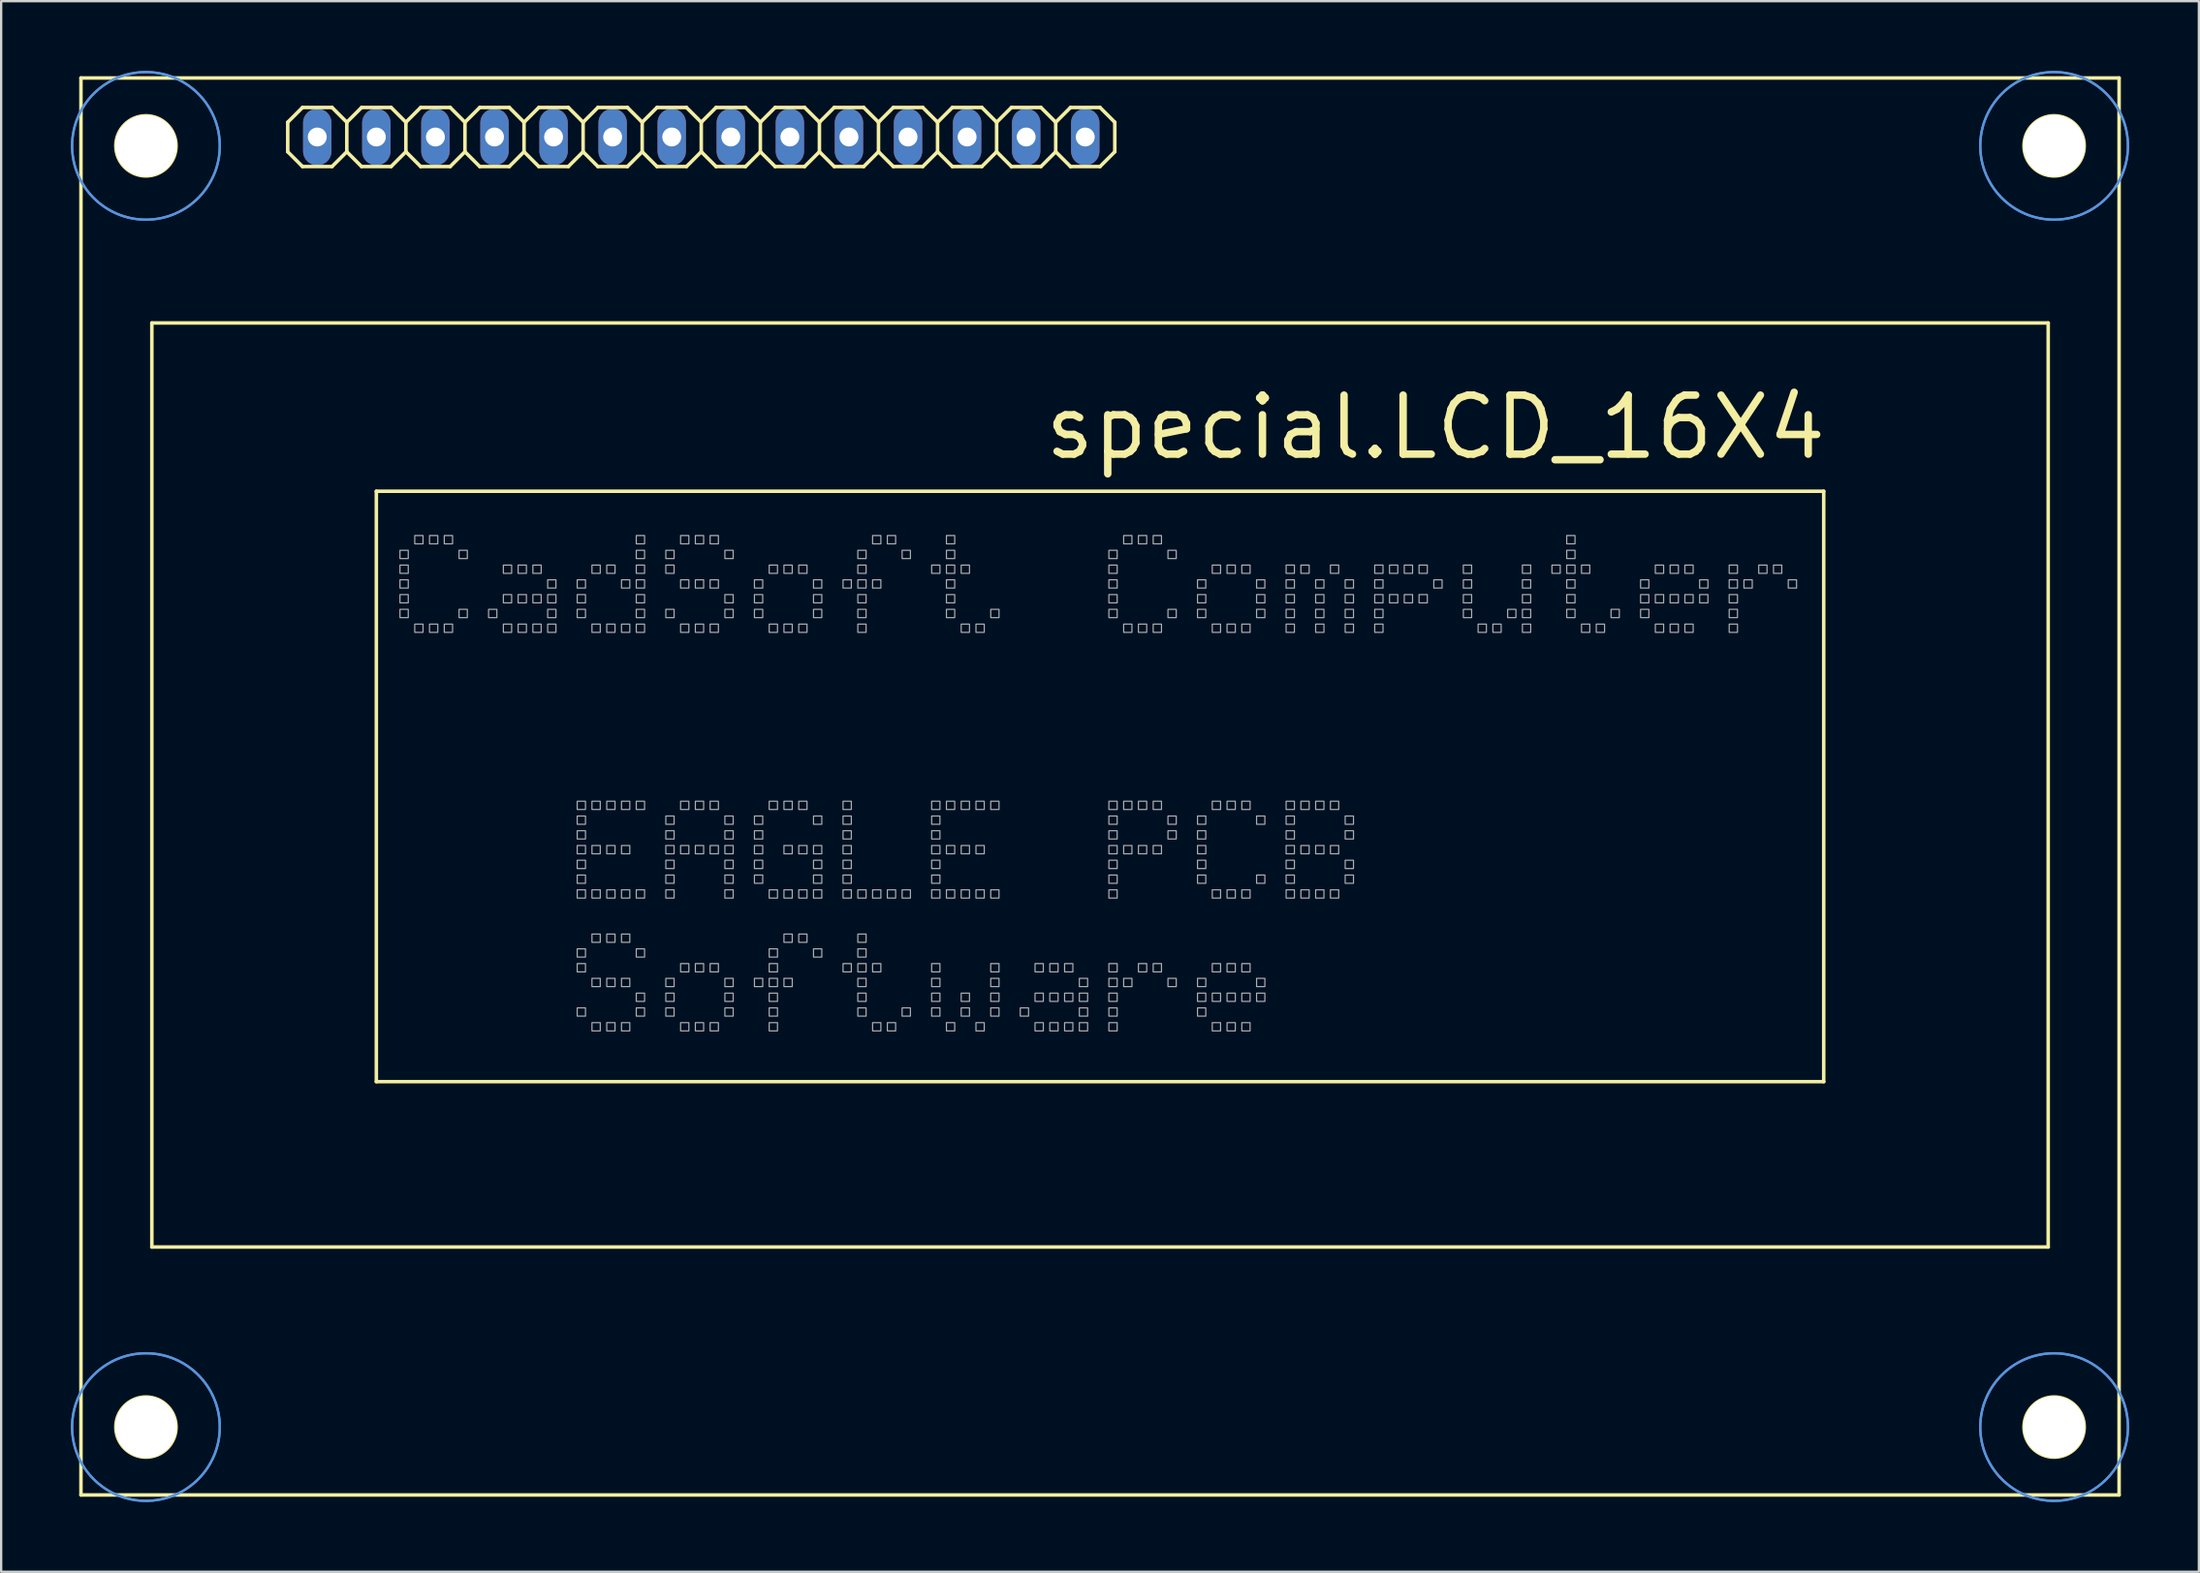
<source format=kicad_pcb>
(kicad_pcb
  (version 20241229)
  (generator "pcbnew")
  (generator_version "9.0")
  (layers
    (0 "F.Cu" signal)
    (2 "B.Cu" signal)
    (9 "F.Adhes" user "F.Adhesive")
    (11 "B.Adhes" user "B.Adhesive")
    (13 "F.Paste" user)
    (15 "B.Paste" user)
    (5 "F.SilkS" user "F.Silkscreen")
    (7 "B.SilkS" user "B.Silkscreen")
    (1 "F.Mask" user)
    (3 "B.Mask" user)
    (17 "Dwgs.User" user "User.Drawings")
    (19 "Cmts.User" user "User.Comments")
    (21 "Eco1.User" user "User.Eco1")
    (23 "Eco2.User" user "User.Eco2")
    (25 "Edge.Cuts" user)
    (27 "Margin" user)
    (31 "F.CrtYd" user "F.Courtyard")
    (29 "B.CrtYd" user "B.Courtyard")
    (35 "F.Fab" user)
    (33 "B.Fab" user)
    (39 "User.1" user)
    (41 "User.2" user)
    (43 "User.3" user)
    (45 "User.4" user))
  (footprint "special.LCD_16X4"
    (layer "F.Cu")
    (at 44.881 30.784)
    (property "Reference" "special.LCD_16X4" (at -3.175 -13.97 0) (layer "F.SilkS") (effects (font (size 2.54 2.54) (thickness 0.32)) (justify left bottom)))
    (attr through_hole)
    (fp_line (start -44.45 30.48) (end -44.45 -30.48) (stroke (width 0.152) (type default)) (layer "F.SilkS"))
    (fp_line (start -44.45 30.48) (end 43.18 30.48) (stroke (width 0.152) (type default)) (layer "F.SilkS"))
    (fp_line (start -41.402 -19.939) (end -41.402 19.812) (stroke (width 0.152) (type default)) (layer "F.SilkS"))
    (fp_line (start -41.402 -19.939) (end 40.132 -19.939) (stroke (width 0.152) (type default)) (layer "F.SilkS"))
    (fp_line (start -35.56 -28.575) (end -35.56 -27.305) (stroke (width 0.152) (type default)) (layer "F.SilkS"))
    (fp_line (start -35.56 -27.305) (end -34.925 -26.67) (stroke (width 0.152) (type default)) (layer "F.SilkS"))
    (fp_line (start -34.925 -29.21) (end -35.56 -28.575) (stroke (width 0.152) (type default)) (layer "F.SilkS"))
    (fp_line (start -34.925 -29.21) (end -33.655 -29.21) (stroke (width 0.152) (type default)) (layer "F.SilkS"))
    (fp_line (start -33.655 -29.21) (end -33.02 -28.575) (stroke (width 0.152) (type default)) (layer "F.SilkS"))
    (fp_line (start -33.655 -26.67) (end -34.925 -26.67) (stroke (width 0.152) (type default)) (layer "F.SilkS"))
    (fp_line (start -33.02 -28.575) (end -33.02 -27.305) (stroke (width 0.152) (type default)) (layer "F.SilkS"))
    (fp_line (start -33.02 -28.575) (end -32.385 -29.21) (stroke (width 0.152) (type default)) (layer "F.SilkS"))
    (fp_line (start -33.02 -27.305) (end -33.655 -26.67) (stroke (width 0.152) (type default)) (layer "F.SilkS"))
    (fp_line (start -32.385 -29.21) (end -31.115 -29.21) (stroke (width 0.152) (type default)) (layer "F.SilkS"))
    (fp_line (start -32.385 -26.67) (end -33.02 -27.305) (stroke (width 0.152) (type default)) (layer "F.SilkS"))
    (fp_line (start -31.75 12.7) (end -31.75 -12.7) (stroke (width 0.152) (type default)) (layer "F.SilkS"))
    (fp_line (start -31.75 12.7) (end 30.48 12.7) (stroke (width 0.152) (type default)) (layer "F.SilkS"))
    (fp_line (start -31.115 -29.21) (end -30.48 -28.575) (stroke (width 0.152) (type default)) (layer "F.SilkS"))
    (fp_line (start -31.115 -26.67) (end -32.385 -26.67) (stroke (width 0.152) (type default)) (layer "F.SilkS"))
    (fp_line (start -30.48 -28.575) (end -30.48 -27.305) (stroke (width 0.152) (type default)) (layer "F.SilkS"))
    (fp_line (start -30.48 -28.575) (end -29.845 -29.21) (stroke (width 0.152) (type default)) (layer "F.SilkS"))
    (fp_line (start -30.48 -27.305) (end -31.115 -26.67) (stroke (width 0.152) (type default)) (layer "F.SilkS"))
    (fp_line (start -29.845 -29.21) (end -28.575 -29.21) (stroke (width 0.152) (type default)) (layer "F.SilkS"))
    (fp_line (start -29.845 -26.67) (end -30.48 -27.305) (stroke (width 0.152) (type default)) (layer "F.SilkS"))
    (fp_line (start -28.575 -29.21) (end -27.94 -28.575) (stroke (width 0.152) (type default)) (layer "F.SilkS"))
    (fp_line (start -28.575 -26.67) (end -29.845 -26.67) (stroke (width 0.152) (type default)) (layer "F.SilkS"))
    (fp_line (start -27.94 -28.575) (end -27.94 -27.305) (stroke (width 0.152) (type default)) (layer "F.SilkS"))
    (fp_line (start -27.94 -27.305) (end -28.575 -26.67) (stroke (width 0.152) (type default)) (layer "F.SilkS"))
    (fp_line (start -27.94 -27.305) (end -27.305 -26.67) (stroke (width 0.152) (type default)) (layer "F.SilkS"))
    (fp_line (start -27.305 -29.21) (end -27.94 -28.575) (stroke (width 0.152) (type default)) (layer "F.SilkS"))
    (fp_line (start -27.305 -29.21) (end -26.035 -29.21) (stroke (width 0.152) (type default)) (layer "F.SilkS"))
    (fp_line (start -26.035 -29.21) (end -25.4 -28.575) (stroke (width 0.152) (type default)) (layer "F.SilkS"))
    (fp_line (start -26.035 -26.67) (end -27.305 -26.67) (stroke (width 0.152) (type default)) (layer "F.SilkS"))
    (fp_line (start -25.4 -28.575) (end -25.4 -27.305) (stroke (width 0.152) (type default)) (layer "F.SilkS"))
    (fp_line (start -25.4 -28.575) (end -24.765 -29.21) (stroke (width 0.152) (type default)) (layer "F.SilkS"))
    (fp_line (start -25.4 -27.305) (end -26.035 -26.67) (stroke (width 0.152) (type default)) (layer "F.SilkS"))
    (fp_line (start -24.765 -29.21) (end -23.495 -29.21) (stroke (width 0.152) (type default)) (layer "F.SilkS"))
    (fp_line (start -24.765 -26.67) (end -25.4 -27.305) (stroke (width 0.152) (type default)) (layer "F.SilkS"))
    (fp_line (start -23.495 -29.21) (end -22.86 -28.575) (stroke (width 0.152) (type default)) (layer "F.SilkS"))
    (fp_line (start -23.495 -26.67) (end -24.765 -26.67) (stroke (width 0.152) (type default)) (layer "F.SilkS"))
    (fp_line (start -22.86 -28.575) (end -22.86 -27.305) (stroke (width 0.152) (type default)) (layer "F.SilkS"))
    (fp_line (start -22.86 -28.575) (end -22.225 -29.21) (stroke (width 0.152) (type default)) (layer "F.SilkS"))
    (fp_line (start -22.86 -27.305) (end -23.495 -26.67) (stroke (width 0.152) (type default)) (layer "F.SilkS"))
    (fp_line (start -22.225 -29.21) (end -20.955 -29.21) (stroke (width 0.152) (type default)) (layer "F.SilkS"))
    (fp_line (start -22.225 -26.67) (end -22.86 -27.305) (stroke (width 0.152) (type default)) (layer "F.SilkS"))
    (fp_line (start -20.955 -29.21) (end -20.32 -28.575) (stroke (width 0.152) (type default)) (layer "F.SilkS"))
    (fp_line (start -20.955 -26.67) (end -22.225 -26.67) (stroke (width 0.152) (type default)) (layer "F.SilkS"))
    (fp_line (start -20.32 -28.575) (end -20.32 -27.305) (stroke (width 0.152) (type default)) (layer "F.SilkS"))
    (fp_line (start -20.32 -27.305) (end -20.955 -26.67) (stroke (width 0.152) (type default)) (layer "F.SilkS"))
    (fp_line (start -20.32 -27.305) (end -19.685 -26.67) (stroke (width 0.152) (type default)) (layer "F.SilkS"))
    (fp_line (start -19.685 -29.21) (end -20.32 -28.575) (stroke (width 0.152) (type default)) (layer "F.SilkS"))
    (fp_line (start -19.685 -29.21) (end -18.415 -29.21) (stroke (width 0.152) (type default)) (layer "F.SilkS"))
    (fp_line (start -18.415 -29.21) (end -17.78 -28.575) (stroke (width 0.152) (type default)) (layer "F.SilkS"))
    (fp_line (start -18.415 -26.67) (end -19.685 -26.67) (stroke (width 0.152) (type default)) (layer "F.SilkS"))
    (fp_line (start -17.78 -28.575) (end -17.78 -27.305) (stroke (width 0.152) (type default)) (layer "F.SilkS"))
    (fp_line (start -17.78 -28.575) (end -17.145 -29.21) (stroke (width 0.152) (type default)) (layer "F.SilkS"))
    (fp_line (start -17.78 -27.305) (end -18.415 -26.67) (stroke (width 0.152) (type default)) (layer "F.SilkS"))
    (fp_line (start -17.145 -29.21) (end -15.875 -29.21) (stroke (width 0.152) (type default)) (layer "F.SilkS"))
    (fp_line (start -17.145 -26.67) (end -17.78 -27.305) (stroke (width 0.152) (type default)) (layer "F.SilkS"))
    (fp_line (start -15.875 -29.21) (end -15.24 -28.575) (stroke (width 0.152) (type default)) (layer "F.SilkS"))
    (fp_line (start -15.875 -26.67) (end -17.145 -26.67) (stroke (width 0.152) (type default)) (layer "F.SilkS"))
    (fp_line (start -15.24 -28.575) (end -15.24 -27.305) (stroke (width 0.152) (type default)) (layer "F.SilkS"))
    (fp_line (start -15.24 -28.575) (end -14.605 -29.21) (stroke (width 0.152) (type default)) (layer "F.SilkS"))
    (fp_line (start -15.24 -27.305) (end -15.875 -26.67) (stroke (width 0.152) (type default)) (layer "F.SilkS"))
    (fp_line (start -14.605 -29.21) (end -13.335 -29.21) (stroke (width 0.152) (type default)) (layer "F.SilkS"))
    (fp_line (start -14.605 -26.67) (end -15.24 -27.305) (stroke (width 0.152) (type default)) (layer "F.SilkS"))
    (fp_line (start -13.335 -29.21) (end -12.7 -28.575) (stroke (width 0.152) (type default)) (layer "F.SilkS"))
    (fp_line (start -13.335 -26.67) (end -14.605 -26.67) (stroke (width 0.152) (type default)) (layer "F.SilkS"))
    (fp_line (start -12.7 -28.575) (end -12.7 -27.305) (stroke (width 0.152) (type default)) (layer "F.SilkS"))
    (fp_line (start -12.7 -27.305) (end -13.335 -26.67) (stroke (width 0.152) (type default)) (layer "F.SilkS"))
    (fp_line (start -12.7 -27.305) (end -12.065 -26.67) (stroke (width 0.152) (type default)) (layer "F.SilkS"))
    (fp_line (start -12.065 -29.21) (end -12.7 -28.575) (stroke (width 0.152) (type default)) (layer "F.SilkS"))
    (fp_line (start -12.065 -29.21) (end -10.795 -29.21) (stroke (width 0.152) (type default)) (layer "F.SilkS"))
    (fp_line (start -10.795 -29.21) (end -10.16 -28.575) (stroke (width 0.152) (type default)) (layer "F.SilkS"))
    (fp_line (start -10.795 -26.67) (end -12.065 -26.67) (stroke (width 0.152) (type default)) (layer "F.SilkS"))
    (fp_line (start -10.16 -28.575) (end -10.16 -27.305) (stroke (width 0.152) (type default)) (layer "F.SilkS"))
    (fp_line (start -10.16 -28.575) (end -9.525 -29.21) (stroke (width 0.152) (type default)) (layer "F.SilkS"))
    (fp_line (start -10.16 -27.305) (end -10.795 -26.67) (stroke (width 0.152) (type default)) (layer "F.SilkS"))
    (fp_line (start -9.525 -29.21) (end -8.255 -29.21) (stroke (width 0.152) (type default)) (layer "F.SilkS"))
    (fp_line (start -9.525 -26.67) (end -10.16 -27.305) (stroke (width 0.152) (type default)) (layer "F.SilkS"))
    (fp_line (start -8.255 -29.21) (end -7.62 -28.575) (stroke (width 0.152) (type default)) (layer "F.SilkS"))
    (fp_line (start -8.255 -26.67) (end -9.525 -26.67) (stroke (width 0.152) (type default)) (layer "F.SilkS"))
    (fp_line (start -7.62 -28.575) (end -7.62 -27.305) (stroke (width 0.152) (type default)) (layer "F.SilkS"))
    (fp_line (start -7.62 -28.575) (end -6.985 -29.21) (stroke (width 0.152) (type default)) (layer "F.SilkS"))
    (fp_line (start -7.62 -27.305) (end -8.255 -26.67) (stroke (width 0.152) (type default)) (layer "F.SilkS"))
    (fp_line (start -6.985 -29.21) (end -5.715 -29.21) (stroke (width 0.152) (type default)) (layer "F.SilkS"))
    (fp_line (start -6.985 -26.67) (end -7.62 -27.305) (stroke (width 0.152) (type default)) (layer "F.SilkS"))
    (fp_line (start -5.715 -29.21) (end -5.08 -28.575) (stroke (width 0.152) (type default)) (layer "F.SilkS"))
    (fp_line (start -5.715 -26.67) (end -6.985 -26.67) (stroke (width 0.152) (type default)) (layer "F.SilkS"))
    (fp_line (start -5.08 -28.575) (end -5.08 -27.305) (stroke (width 0.152) (type default)) (layer "F.SilkS"))
    (fp_line (start -5.08 -27.305) (end -5.715 -26.67) (stroke (width 0.152) (type default)) (layer "F.SilkS"))
    (fp_line (start -5.08 -27.305) (end -4.445 -26.67) (stroke (width 0.152) (type default)) (layer "F.SilkS"))
    (fp_line (start -4.445 -29.21) (end -5.08 -28.575) (stroke (width 0.152) (type default)) (layer "F.SilkS"))
    (fp_line (start -4.445 -29.21) (end -3.175 -29.21) (stroke (width 0.152) (type default)) (layer "F.SilkS"))
    (fp_line (start -3.175 -29.21) (end -2.54 -28.575) (stroke (width 0.152) (type default)) (layer "F.SilkS"))
    (fp_line (start -3.175 -26.67) (end -4.445 -26.67) (stroke (width 0.152) (type default)) (layer "F.SilkS"))
    (fp_line (start -2.54 -28.575) (end -2.54 -27.305) (stroke (width 0.152) (type default)) (layer "F.SilkS"))
    (fp_line (start -2.54 -28.575) (end -1.905 -29.21) (stroke (width 0.152) (type default)) (layer "F.SilkS"))
    (fp_line (start -2.54 -27.305) (end -3.175 -26.67) (stroke (width 0.152) (type default)) (layer "F.SilkS"))
    (fp_line (start -1.905 -29.21) (end -0.635 -29.21) (stroke (width 0.152) (type default)) (layer "F.SilkS"))
    (fp_line (start -1.905 -26.67) (end -2.54 -27.305) (stroke (width 0.152) (type default)) (layer "F.SilkS"))
    (fp_line (start -0.635 -29.21) (end 0 -28.575) (stroke (width 0.152) (type default)) (layer "F.SilkS"))
    (fp_line (start -0.635 -26.67) (end -1.905 -26.67) (stroke (width 0.152) (type default)) (layer "F.SilkS"))
    (fp_line (start 0 -28.575) (end 0 -27.305) (stroke (width 0.152) (type default)) (layer "F.SilkS"))
    (fp_line (start 0 -27.305) (end -0.635 -26.67) (stroke (width 0.152) (type default)) (layer "F.SilkS"))
    (fp_line (start 30.48 -12.7) (end -31.75 -12.7) (stroke (width 0.152) (type default)) (layer "F.SilkS"))
    (fp_line (start 30.48 -12.7) (end 30.48 12.7) (stroke (width 0.152) (type default)) (layer "F.SilkS"))
    (fp_line (start 40.132 19.812) (end -41.402 19.812) (stroke (width 0.152) (type default)) (layer "F.SilkS"))
    (fp_line (start 40.132 19.812) (end 40.132 -19.939) (stroke (width 0.152) (type default)) (layer "F.SilkS"))
    (fp_line (start 43.18 -30.48) (end -44.45 -30.48) (stroke (width 0.152) (type default)) (layer "F.SilkS"))
    (fp_line (start 43.18 30.48) (end 43.18 -30.48) (stroke (width 0.152) (type default)) (layer "F.SilkS"))
    (fp_rect (start -34.544 -27.686) (end -34.036 -28.194) (stroke (width 0.05) (type default)) (fill yes) (layer "F.SilkS"))
    (fp_rect (start -32.004 -27.686) (end -31.496 -28.194) (stroke (width 0.05) (type default)) (fill yes) (layer "F.SilkS"))
    (fp_rect (start -29.464 -27.686) (end -28.956 -28.194) (stroke (width 0.05) (type default)) (fill yes) (layer "F.SilkS"))
    (fp_rect (start -26.924 -27.686) (end -26.416 -28.194) (stroke (width 0.05) (type default)) (fill yes) (layer "F.SilkS"))
    (fp_rect (start -24.384 -27.686) (end -23.876 -28.194) (stroke (width 0.05) (type default)) (fill yes) (layer "F.SilkS"))
    (fp_rect (start -21.844 -27.686) (end -21.336 -28.194) (stroke (width 0.05) (type default)) (fill yes) (layer "F.SilkS"))
    (fp_rect (start -19.304 -27.686) (end -18.796 -28.194) (stroke (width 0.05) (type default)) (fill yes) (layer "F.SilkS"))
    (fp_rect (start -16.764 -27.686) (end -16.256 -28.194) (stroke (width 0.05) (type default)) (fill yes) (layer "F.SilkS"))
    (fp_rect (start -14.224 -27.686) (end -13.716 -28.194) (stroke (width 0.05) (type default)) (fill yes) (layer "F.SilkS"))
    (fp_rect (start -11.684 -27.686) (end -11.176 -28.194) (stroke (width 0.05) (type default)) (fill yes) (layer "F.SilkS"))
    (fp_rect (start -9.144 -27.686) (end -8.636 -28.194) (stroke (width 0.05) (type default)) (fill yes) (layer "F.SilkS"))
    (fp_rect (start -6.604 -27.686) (end -6.096 -28.194) (stroke (width 0.05) (type default)) (fill yes) (layer "F.SilkS"))
    (fp_rect (start -4.064 -27.686) (end -3.556 -28.194) (stroke (width 0.05) (type default)) (fill yes) (layer "F.SilkS"))
    (fp_rect (start -1.524 -27.686) (end -1.016 -28.194) (stroke (width 0.05) (type default)) (fill yes) (layer "F.SilkS"))
    (fp_circle (center -41.656 -27.559) (end -40.361 -27.559) (stroke (width 0.152) (type default)) (fill no) (layer "F.SilkS"))
    (fp_circle (center -41.656 27.559) (end -40.361 27.559) (stroke (width 0.152) (type default)) (fill no) (layer "F.SilkS"))
    (fp_circle (center 40.386 -27.559) (end 41.681 -27.559) (stroke (width 0.152) (type default)) (fill no) (layer "F.SilkS"))
    (fp_circle (center 40.386 27.559) (end 41.681 27.559) (stroke (width 0.152) (type default)) (fill no) (layer "F.SilkS"))
    (fp_circle (center -41.656 -27.559) (end -38.481 -27.559) (stroke (width 0.1) (type default)) (fill no) (layer "Cmts.User"))
    (fp_circle (center -41.656 -27.559) (end -38.481 -27.559) (stroke (width 0.1) (type default)) (fill no) (layer "Cmts.User"))
    (fp_circle (center -41.656 27.559) (end -38.481 27.559) (stroke (width 0.1) (type default)) (fill no) (layer "Cmts.User"))
    (fp_circle (center -41.656 27.559) (end -38.481 27.559) (stroke (width 0.1) (type default)) (fill no) (layer "Cmts.User"))
    (fp_circle (center 40.386 -27.559) (end 43.561 -27.559) (stroke (width 0.1) (type default)) (fill no) (layer "Cmts.User"))
    (fp_circle (center 40.386 -27.559) (end 43.561 -27.559) (stroke (width 0.1) (type default)) (fill no) (layer "Cmts.User"))
    (fp_circle (center 40.386 27.559) (end 43.561 27.559) (stroke (width 0.1) (type default)) (fill no) (layer "Cmts.User"))
    (fp_circle (center 40.386 27.559) (end 43.561 27.559) (stroke (width 0.1) (type default)) (fill no) (layer "Cmts.User"))
    (fp_rect (start -30.734 -9.804) (end -30.378 -10.16) (stroke (width 0.05) (type default)) (fill no) (layer "F.Fab"))
    (fp_rect (start -30.734 -9.169) (end -30.378 -9.525) (stroke (width 0.05) (type default)) (fill no) (layer "F.Fab"))
    (fp_rect (start -30.734 -8.534) (end -30.378 -8.89) (stroke (width 0.05) (type default)) (fill no) (layer "F.Fab"))
    (fp_rect (start -30.734 -7.899) (end -30.378 -8.255) (stroke (width 0.05) (type default)) (fill no) (layer "F.Fab"))
    (fp_rect (start -30.734 -7.264) (end -30.378 -7.62) (stroke (width 0.05) (type default)) (fill no) (layer "F.Fab"))
    (fp_rect (start -30.099 -10.439) (end -29.743 -10.795) (stroke (width 0.05) (type default)) (fill no) (layer "F.Fab"))
    (fp_rect (start -30.099 -6.629) (end -29.743 -6.985) (stroke (width 0.05) (type default)) (fill no) (layer "F.Fab"))
    (fp_rect (start -29.464 -10.439) (end -29.108 -10.795) (stroke (width 0.05) (type default)) (fill no) (layer "F.Fab"))
    (fp_rect (start -29.464 -6.629) (end -29.108 -6.985) (stroke (width 0.05) (type default)) (fill no) (layer "F.Fab"))
    (fp_rect (start -28.829 -10.439) (end -28.473 -10.795) (stroke (width 0.05) (type default)) (fill no) (layer "F.Fab"))
    (fp_rect (start -28.829 -6.629) (end -28.473 -6.985) (stroke (width 0.05) (type default)) (fill no) (layer "F.Fab"))
    (fp_rect (start -28.194 -9.804) (end -27.838 -10.16) (stroke (width 0.05) (type default)) (fill no) (layer "F.Fab"))
    (fp_rect (start -28.194 -7.264) (end -27.838 -7.62) (stroke (width 0.05) (type default)) (fill no) (layer "F.Fab"))
    (fp_rect (start -26.924 -7.264) (end -26.568 -7.62) (stroke (width 0.05) (type default)) (fill no) (layer "F.Fab"))
    (fp_rect (start -26.289 -9.169) (end -25.933 -9.525) (stroke (width 0.05) (type default)) (fill no) (layer "F.Fab"))
    (fp_rect (start -26.289 -7.899) (end -25.933 -8.255) (stroke (width 0.05) (type default)) (fill no) (layer "F.Fab"))
    (fp_rect (start -26.289 -6.629) (end -25.933 -6.985) (stroke (width 0.05) (type default)) (fill no) (layer "F.Fab"))
    (fp_rect (start -25.654 -9.169) (end -25.298 -9.525) (stroke (width 0.05) (type default)) (fill no) (layer "F.Fab"))
    (fp_rect (start -25.654 -7.899) (end -25.298 -8.255) (stroke (width 0.05) (type default)) (fill no) (layer "F.Fab"))
    (fp_rect (start -25.654 -6.629) (end -25.298 -6.985) (stroke (width 0.05) (type default)) (fill no) (layer "F.Fab"))
    (fp_rect (start -25.019 -9.169) (end -24.663 -9.525) (stroke (width 0.05) (type default)) (fill no) (layer "F.Fab"))
    (fp_rect (start -25.019 -7.899) (end -24.663 -8.255) (stroke (width 0.05) (type default)) (fill no) (layer "F.Fab"))
    (fp_rect (start -25.019 -6.629) (end -24.663 -6.985) (stroke (width 0.05) (type default)) (fill no) (layer "F.Fab"))
    (fp_rect (start -24.384 -8.534) (end -24.028 -8.89) (stroke (width 0.05) (type default)) (fill no) (layer "F.Fab"))
    (fp_rect (start -24.384 -7.899) (end -24.028 -8.255) (stroke (width 0.05) (type default)) (fill no) (layer "F.Fab"))
    (fp_rect (start -24.384 -7.264) (end -24.028 -7.62) (stroke (width 0.05) (type default)) (fill no) (layer "F.Fab"))
    (fp_rect (start -24.384 -6.629) (end -24.028 -6.985) (stroke (width 0.05) (type default)) (fill no) (layer "F.Fab"))
    (fp_rect (start -23.114 -8.534) (end -22.758 -8.89) (stroke (width 0.05) (type default)) (fill no) (layer "F.Fab"))
    (fp_rect (start -23.114 -7.899) (end -22.758 -8.255) (stroke (width 0.05) (type default)) (fill no) (layer "F.Fab"))
    (fp_rect (start -23.114 -7.264) (end -22.758 -7.62) (stroke (width 0.05) (type default)) (fill no) (layer "F.Fab"))
    (fp_rect (start -23.114 0.991) (end -22.758 0.635) (stroke (width 0.05) (type default)) (fill no) (layer "F.Fab"))
    (fp_rect (start -23.114 1.626) (end -22.758 1.27) (stroke (width 0.05) (type default)) (fill no) (layer "F.Fab"))
    (fp_rect (start -23.114 2.261) (end -22.758 1.905) (stroke (width 0.05) (type default)) (fill no) (layer "F.Fab"))
    (fp_rect (start -23.114 2.896) (end -22.758 2.54) (stroke (width 0.05) (type default)) (fill no) (layer "F.Fab"))
    (fp_rect (start -23.114 3.531) (end -22.758 3.175) (stroke (width 0.05) (type default)) (fill no) (layer "F.Fab"))
    (fp_rect (start -23.114 4.166) (end -22.758 3.81) (stroke (width 0.05) (type default)) (fill no) (layer "F.Fab"))
    (fp_rect (start -23.114 4.801) (end -22.758 4.445) (stroke (width 0.05) (type default)) (fill no) (layer "F.Fab"))
    (fp_rect (start -23.114 7.341) (end -22.758 6.985) (stroke (width 0.05) (type default)) (fill no) (layer "F.Fab"))
    (fp_rect (start -23.114 7.976) (end -22.758 7.62) (stroke (width 0.05) (type default)) (fill no) (layer "F.Fab"))
    (fp_rect (start -23.114 9.881) (end -22.758 9.525) (stroke (width 0.05) (type default)) (fill no) (layer "F.Fab"))
    (fp_rect (start -22.479 -9.169) (end -22.123 -9.525) (stroke (width 0.05) (type default)) (fill no) (layer "F.Fab"))
    (fp_rect (start -22.479 -6.629) (end -22.123 -6.985) (stroke (width 0.05) (type default)) (fill no) (layer "F.Fab"))
    (fp_rect (start -22.479 0.991) (end -22.123 0.635) (stroke (width 0.05) (type default)) (fill no) (layer "F.Fab"))
    (fp_rect (start -22.479 2.896) (end -22.123 2.54) (stroke (width 0.05) (type default)) (fill no) (layer "F.Fab"))
    (fp_rect (start -22.479 4.801) (end -22.123 4.445) (stroke (width 0.05) (type default)) (fill no) (layer "F.Fab"))
    (fp_rect (start -22.479 6.706) (end -22.123 6.35) (stroke (width 0.05) (type default)) (fill no) (layer "F.Fab"))
    (fp_rect (start -22.479 8.611) (end -22.123 8.255) (stroke (width 0.05) (type default)) (fill no) (layer "F.Fab"))
    (fp_rect (start -22.479 10.516) (end -22.123 10.16) (stroke (width 0.05) (type default)) (fill no) (layer "F.Fab"))
    (fp_rect (start -21.844 -9.169) (end -21.488 -9.525) (stroke (width 0.05) (type default)) (fill no) (layer "F.Fab"))
    (fp_rect (start -21.844 -6.629) (end -21.488 -6.985) (stroke (width 0.05) (type default)) (fill no) (layer "F.Fab"))
    (fp_rect (start -21.844 0.991) (end -21.488 0.635) (stroke (width 0.05) (type default)) (fill no) (layer "F.Fab"))
    (fp_rect (start -21.844 2.896) (end -21.488 2.54) (stroke (width 0.05) (type default)) (fill no) (layer "F.Fab"))
    (fp_rect (start -21.844 4.801) (end -21.488 4.445) (stroke (width 0.05) (type default)) (fill no) (layer "F.Fab"))
    (fp_rect (start -21.844 6.706) (end -21.488 6.35) (stroke (width 0.05) (type default)) (fill no) (layer "F.Fab"))
    (fp_rect (start -21.844 8.611) (end -21.488 8.255) (stroke (width 0.05) (type default)) (fill no) (layer "F.Fab"))
    (fp_rect (start -21.844 10.516) (end -21.488 10.16) (stroke (width 0.05) (type default)) (fill no) (layer "F.Fab"))
    (fp_rect (start -21.209 -8.534) (end -20.853 -8.89) (stroke (width 0.05) (type default)) (fill no) (layer "F.Fab"))
    (fp_rect (start -21.209 -6.629) (end -20.853 -6.985) (stroke (width 0.05) (type default)) (fill no) (layer "F.Fab"))
    (fp_rect (start -21.209 0.991) (end -20.853 0.635) (stroke (width 0.05) (type default)) (fill no) (layer "F.Fab"))
    (fp_rect (start -21.209 2.896) (end -20.853 2.54) (stroke (width 0.05) (type default)) (fill no) (layer "F.Fab"))
    (fp_rect (start -21.209 4.801) (end -20.853 4.445) (stroke (width 0.05) (type default)) (fill no) (layer "F.Fab"))
    (fp_rect (start -21.209 6.706) (end -20.853 6.35) (stroke (width 0.05) (type default)) (fill no) (layer "F.Fab"))
    (fp_rect (start -21.209 8.611) (end -20.853 8.255) (stroke (width 0.05) (type default)) (fill no) (layer "F.Fab"))
    (fp_rect (start -21.209 10.516) (end -20.853 10.16) (stroke (width 0.05) (type default)) (fill no) (layer "F.Fab"))
    (fp_rect (start -20.574 -10.439) (end -20.218 -10.795) (stroke (width 0.05) (type default)) (fill no) (layer "F.Fab"))
    (fp_rect (start -20.574 -9.804) (end -20.218 -10.16) (stroke (width 0.05) (type default)) (fill no) (layer "F.Fab"))
    (fp_rect (start -20.574 -9.169) (end -20.218 -9.525) (stroke (width 0.05) (type default)) (fill no) (layer "F.Fab"))
    (fp_rect (start -20.574 -8.534) (end -20.218 -8.89) (stroke (width 0.05) (type default)) (fill no) (layer "F.Fab"))
    (fp_rect (start -20.574 -7.899) (end -20.218 -8.255) (stroke (width 0.05) (type default)) (fill no) (layer "F.Fab"))
    (fp_rect (start -20.574 -7.264) (end -20.218 -7.62) (stroke (width 0.05) (type default)) (fill no) (layer "F.Fab"))
    (fp_rect (start -20.574 -6.629) (end -20.218 -6.985) (stroke (width 0.05) (type default)) (fill no) (layer "F.Fab"))
    (fp_rect (start -20.574 0.991) (end -20.218 0.635) (stroke (width 0.05) (type default)) (fill no) (layer "F.Fab"))
    (fp_rect (start -20.574 4.801) (end -20.218 4.445) (stroke (width 0.05) (type default)) (fill no) (layer "F.Fab"))
    (fp_rect (start -20.574 7.341) (end -20.218 6.985) (stroke (width 0.05) (type default)) (fill no) (layer "F.Fab"))
    (fp_rect (start -20.574 9.246) (end -20.218 8.89) (stroke (width 0.05) (type default)) (fill no) (layer "F.Fab"))
    (fp_rect (start -20.574 9.881) (end -20.218 9.525) (stroke (width 0.05) (type default)) (fill no) (layer "F.Fab"))
    (fp_rect (start -19.304 -9.804) (end -18.948 -10.16) (stroke (width 0.05) (type default)) (fill no) (layer "F.Fab"))
    (fp_rect (start -19.304 -9.169) (end -18.948 -9.525) (stroke (width 0.05) (type default)) (fill no) (layer "F.Fab"))
    (fp_rect (start -19.304 -7.264) (end -18.948 -7.62) (stroke (width 0.05) (type default)) (fill no) (layer "F.Fab"))
    (fp_rect (start -19.304 1.626) (end -18.948 1.27) (stroke (width 0.05) (type default)) (fill no) (layer "F.Fab"))
    (fp_rect (start -19.304 2.261) (end -18.948 1.905) (stroke (width 0.05) (type default)) (fill no) (layer "F.Fab"))
    (fp_rect (start -19.304 2.896) (end -18.948 2.54) (stroke (width 0.05) (type default)) (fill no) (layer "F.Fab"))
    (fp_rect (start -19.304 3.531) (end -18.948 3.175) (stroke (width 0.05) (type default)) (fill no) (layer "F.Fab"))
    (fp_rect (start -19.304 4.166) (end -18.948 3.81) (stroke (width 0.05) (type default)) (fill no) (layer "F.Fab"))
    (fp_rect (start -19.304 4.801) (end -18.948 4.445) (stroke (width 0.05) (type default)) (fill no) (layer "F.Fab"))
    (fp_rect (start -19.304 8.611) (end -18.948 8.255) (stroke (width 0.05) (type default)) (fill no) (layer "F.Fab"))
    (fp_rect (start -19.304 9.246) (end -18.948 8.89) (stroke (width 0.05) (type default)) (fill no) (layer "F.Fab"))
    (fp_rect (start -19.304 9.881) (end -18.948 9.525) (stroke (width 0.05) (type default)) (fill no) (layer "F.Fab"))
    (fp_rect (start -18.669 -10.439) (end -18.313 -10.795) (stroke (width 0.05) (type default)) (fill no) (layer "F.Fab"))
    (fp_rect (start -18.669 -8.534) (end -18.313 -8.89) (stroke (width 0.05) (type default)) (fill no) (layer "F.Fab"))
    (fp_rect (start -18.669 -6.629) (end -18.313 -6.985) (stroke (width 0.05) (type default)) (fill no) (layer "F.Fab"))
    (fp_rect (start -18.669 0.991) (end -18.313 0.635) (stroke (width 0.05) (type default)) (fill no) (layer "F.Fab"))
    (fp_rect (start -18.669 2.896) (end -18.313 2.54) (stroke (width 0.05) (type default)) (fill no) (layer "F.Fab"))
    (fp_rect (start -18.669 7.976) (end -18.313 7.62) (stroke (width 0.05) (type default)) (fill no) (layer "F.Fab"))
    (fp_rect (start -18.669 10.516) (end -18.313 10.16) (stroke (width 0.05) (type default)) (fill no) (layer "F.Fab"))
    (fp_rect (start -18.034 -10.439) (end -17.678 -10.795) (stroke (width 0.05) (type default)) (fill no) (layer "F.Fab"))
    (fp_rect (start -18.034 -8.534) (end -17.678 -8.89) (stroke (width 0.05) (type default)) (fill no) (layer "F.Fab"))
    (fp_rect (start -18.034 -6.629) (end -17.678 -6.985) (stroke (width 0.05) (type default)) (fill no) (layer "F.Fab"))
    (fp_rect (start -18.034 0.991) (end -17.678 0.635) (stroke (width 0.05) (type default)) (fill no) (layer "F.Fab"))
    (fp_rect (start -18.034 2.896) (end -17.678 2.54) (stroke (width 0.05) (type default)) (fill no) (layer "F.Fab"))
    (fp_rect (start -18.034 7.976) (end -17.678 7.62) (stroke (width 0.05) (type default)) (fill no) (layer "F.Fab"))
    (fp_rect (start -18.034 10.516) (end -17.678 10.16) (stroke (width 0.05) (type default)) (fill no) (layer "F.Fab"))
    (fp_rect (start -17.399 -10.439) (end -17.043 -10.795) (stroke (width 0.05) (type default)) (fill no) (layer "F.Fab"))
    (fp_rect (start -17.399 -8.534) (end -17.043 -8.89) (stroke (width 0.05) (type default)) (fill no) (layer "F.Fab"))
    (fp_rect (start -17.399 -6.629) (end -17.043 -6.985) (stroke (width 0.05) (type default)) (fill no) (layer "F.Fab"))
    (fp_rect (start -17.399 0.991) (end -17.043 0.635) (stroke (width 0.05) (type default)) (fill no) (layer "F.Fab"))
    (fp_rect (start -17.399 2.896) (end -17.043 2.54) (stroke (width 0.05) (type default)) (fill no) (layer "F.Fab"))
    (fp_rect (start -17.399 7.976) (end -17.043 7.62) (stroke (width 0.05) (type default)) (fill no) (layer "F.Fab"))
    (fp_rect (start -17.399 10.516) (end -17.043 10.16) (stroke (width 0.05) (type default)) (fill no) (layer "F.Fab"))
    (fp_rect (start -16.764 -9.804) (end -16.408 -10.16) (stroke (width 0.05) (type default)) (fill no) (layer "F.Fab"))
    (fp_rect (start -16.764 -7.899) (end -16.408 -8.255) (stroke (width 0.05) (type default)) (fill no) (layer "F.Fab"))
    (fp_rect (start -16.764 -7.264) (end -16.408 -7.62) (stroke (width 0.05) (type default)) (fill no) (layer "F.Fab"))
    (fp_rect (start -16.764 1.626) (end -16.408 1.27) (stroke (width 0.05) (type default)) (fill no) (layer "F.Fab"))
    (fp_rect (start -16.764 2.261) (end -16.408 1.905) (stroke (width 0.05) (type default)) (fill no) (layer "F.Fab"))
    (fp_rect (start -16.764 2.896) (end -16.408 2.54) (stroke (width 0.05) (type default)) (fill no) (layer "F.Fab"))
    (fp_rect (start -16.764 3.531) (end -16.408 3.175) (stroke (width 0.05) (type default)) (fill no) (layer "F.Fab"))
    (fp_rect (start -16.764 4.166) (end -16.408 3.81) (stroke (width 0.05) (type default)) (fill no) (layer "F.Fab"))
    (fp_rect (start -16.764 4.801) (end -16.408 4.445) (stroke (width 0.05) (type default)) (fill no) (layer "F.Fab"))
    (fp_rect (start -16.764 8.611) (end -16.408 8.255) (stroke (width 0.05) (type default)) (fill no) (layer "F.Fab"))
    (fp_rect (start -16.764 9.246) (end -16.408 8.89) (stroke (width 0.05) (type default)) (fill no) (layer "F.Fab"))
    (fp_rect (start -16.764 9.881) (end -16.408 9.525) (stroke (width 0.05) (type default)) (fill no) (layer "F.Fab"))
    (fp_rect (start -15.494 -8.534) (end -15.138 -8.89) (stroke (width 0.05) (type default)) (fill no) (layer "F.Fab"))
    (fp_rect (start -15.494 -7.899) (end -15.138 -8.255) (stroke (width 0.05) (type default)) (fill no) (layer "F.Fab"))
    (fp_rect (start -15.494 -7.264) (end -15.138 -7.62) (stroke (width 0.05) (type default)) (fill no) (layer "F.Fab"))
    (fp_rect (start -15.494 1.626) (end -15.138 1.27) (stroke (width 0.05) (type default)) (fill no) (layer "F.Fab"))
    (fp_rect (start -15.494 2.261) (end -15.138 1.905) (stroke (width 0.05) (type default)) (fill no) (layer "F.Fab"))
    (fp_rect (start -15.494 2.896) (end -15.138 2.54) (stroke (width 0.05) (type default)) (fill no) (layer "F.Fab"))
    (fp_rect (start -15.494 3.531) (end -15.138 3.175) (stroke (width 0.05) (type default)) (fill no) (layer "F.Fab"))
    (fp_rect (start -15.494 4.166) (end -15.138 3.81) (stroke (width 0.05) (type default)) (fill no) (layer "F.Fab"))
    (fp_rect (start -15.494 8.611) (end -15.138 8.255) (stroke (width 0.05) (type default)) (fill no) (layer "F.Fab"))
    (fp_rect (start -14.859 -9.169) (end -14.503 -9.525) (stroke (width 0.05) (type default)) (fill no) (layer "F.Fab"))
    (fp_rect (start -14.859 -6.629) (end -14.503 -6.985) (stroke (width 0.05) (type default)) (fill no) (layer "F.Fab"))
    (fp_rect (start -14.859 0.991) (end -14.503 0.635) (stroke (width 0.05) (type default)) (fill no) (layer "F.Fab"))
    (fp_rect (start -14.859 4.801) (end -14.503 4.445) (stroke (width 0.05) (type default)) (fill no) (layer "F.Fab"))
    (fp_rect (start -14.859 7.341) (end -14.503 6.985) (stroke (width 0.05) (type default)) (fill no) (layer "F.Fab"))
    (fp_rect (start -14.859 7.976) (end -14.503 7.62) (stroke (width 0.05) (type default)) (fill no) (layer "F.Fab"))
    (fp_rect (start -14.859 8.611) (end -14.503 8.255) (stroke (width 0.05) (type default)) (fill no) (layer "F.Fab"))
    (fp_rect (start -14.859 9.246) (end -14.503 8.89) (stroke (width 0.05) (type default)) (fill no) (layer "F.Fab"))
    (fp_rect (start -14.859 9.881) (end -14.503 9.525) (stroke (width 0.05) (type default)) (fill no) (layer "F.Fab"))
    (fp_rect (start -14.859 10.516) (end -14.503 10.16) (stroke (width 0.05) (type default)) (fill no) (layer "F.Fab"))
    (fp_rect (start -14.224 -9.169) (end -13.868 -9.525) (stroke (width 0.05) (type default)) (fill no) (layer "F.Fab"))
    (fp_rect (start -14.224 -6.629) (end -13.868 -6.985) (stroke (width 0.05) (type default)) (fill no) (layer "F.Fab"))
    (fp_rect (start -14.224 0.991) (end -13.868 0.635) (stroke (width 0.05) (type default)) (fill no) (layer "F.Fab"))
    (fp_rect (start -14.224 2.896) (end -13.868 2.54) (stroke (width 0.05) (type default)) (fill no) (layer "F.Fab"))
    (fp_rect (start -14.224 4.801) (end -13.868 4.445) (stroke (width 0.05) (type default)) (fill no) (layer "F.Fab"))
    (fp_rect (start -14.224 6.706) (end -13.868 6.35) (stroke (width 0.05) (type default)) (fill no) (layer "F.Fab"))
    (fp_rect (start -14.224 8.611) (end -13.868 8.255) (stroke (width 0.05) (type default)) (fill no) (layer "F.Fab"))
    (fp_rect (start -13.589 -9.169) (end -13.233 -9.525) (stroke (width 0.05) (type default)) (fill no) (layer "F.Fab"))
    (fp_rect (start -13.589 -6.629) (end -13.233 -6.985) (stroke (width 0.05) (type default)) (fill no) (layer "F.Fab"))
    (fp_rect (start -13.589 0.991) (end -13.233 0.635) (stroke (width 0.05) (type default)) (fill no) (layer "F.Fab"))
    (fp_rect (start -13.589 2.896) (end -13.233 2.54) (stroke (width 0.05) (type default)) (fill no) (layer "F.Fab"))
    (fp_rect (start -13.589 4.801) (end -13.233 4.445) (stroke (width 0.05) (type default)) (fill no) (layer "F.Fab"))
    (fp_rect (start -13.589 6.706) (end -13.233 6.35) (stroke (width 0.05) (type default)) (fill no) (layer "F.Fab"))
    (fp_rect (start -12.954 -8.534) (end -12.598 -8.89) (stroke (width 0.05) (type default)) (fill no) (layer "F.Fab"))
    (fp_rect (start -12.954 -7.899) (end -12.598 -8.255) (stroke (width 0.05) (type default)) (fill no) (layer "F.Fab"))
    (fp_rect (start -12.954 -7.264) (end -12.598 -7.62) (stroke (width 0.05) (type default)) (fill no) (layer "F.Fab"))
    (fp_rect (start -12.954 1.626) (end -12.598 1.27) (stroke (width 0.05) (type default)) (fill no) (layer "F.Fab"))
    (fp_rect (start -12.954 2.896) (end -12.598 2.54) (stroke (width 0.05) (type default)) (fill no) (layer "F.Fab"))
    (fp_rect (start -12.954 3.531) (end -12.598 3.175) (stroke (width 0.05) (type default)) (fill no) (layer "F.Fab"))
    (fp_rect (start -12.954 4.166) (end -12.598 3.81) (stroke (width 0.05) (type default)) (fill no) (layer "F.Fab"))
    (fp_rect (start -12.954 4.801) (end -12.598 4.445) (stroke (width 0.05) (type default)) (fill no) (layer "F.Fab"))
    (fp_rect (start -12.954 7.341) (end -12.598 6.985) (stroke (width 0.05) (type default)) (fill no) (layer "F.Fab"))
    (fp_rect (start -11.684 -8.534) (end -11.328 -8.89) (stroke (width 0.05) (type default)) (fill no) (layer "F.Fab"))
    (fp_rect (start -11.684 0.991) (end -11.328 0.635) (stroke (width 0.05) (type default)) (fill no) (layer "F.Fab"))
    (fp_rect (start -11.684 1.626) (end -11.328 1.27) (stroke (width 0.05) (type default)) (fill no) (layer "F.Fab"))
    (fp_rect (start -11.684 2.261) (end -11.328 1.905) (stroke (width 0.05) (type default)) (fill no) (layer "F.Fab"))
    (fp_rect (start -11.684 2.896) (end -11.328 2.54) (stroke (width 0.05) (type default)) (fill no) (layer "F.Fab"))
    (fp_rect (start -11.684 3.531) (end -11.328 3.175) (stroke (width 0.05) (type default)) (fill no) (layer "F.Fab"))
    (fp_rect (start -11.684 4.166) (end -11.328 3.81) (stroke (width 0.05) (type default)) (fill no) (layer "F.Fab"))
    (fp_rect (start -11.684 4.801) (end -11.328 4.445) (stroke (width 0.05) (type default)) (fill no) (layer "F.Fab"))
    (fp_rect (start -11.684 7.976) (end -11.328 7.62) (stroke (width 0.05) (type default)) (fill no) (layer "F.Fab"))
    (fp_rect (start -11.049 -9.804) (end -10.693 -10.16) (stroke (width 0.05) (type default)) (fill no) (layer "F.Fab"))
    (fp_rect (start -11.049 -9.169) (end -10.693 -9.525) (stroke (width 0.05) (type default)) (fill no) (layer "F.Fab"))
    (fp_rect (start -11.049 -8.534) (end -10.693 -8.89) (stroke (width 0.05) (type default)) (fill no) (layer "F.Fab"))
    (fp_rect (start -11.049 -7.899) (end -10.693 -8.255) (stroke (width 0.05) (type default)) (fill no) (layer "F.Fab"))
    (fp_rect (start -11.049 -7.264) (end -10.693 -7.62) (stroke (width 0.05) (type default)) (fill no) (layer "F.Fab"))
    (fp_rect (start -11.049 -6.629) (end -10.693 -6.985) (stroke (width 0.05) (type default)) (fill no) (layer "F.Fab"))
    (fp_rect (start -11.049 4.801) (end -10.693 4.445) (stroke (width 0.05) (type default)) (fill no) (layer "F.Fab"))
    (fp_rect (start -11.049 6.706) (end -10.693 6.35) (stroke (width 0.05) (type default)) (fill no) (layer "F.Fab"))
    (fp_rect (start -11.049 7.341) (end -10.693 6.985) (stroke (width 0.05) (type default)) (fill no) (layer "F.Fab"))
    (fp_rect (start -11.049 7.976) (end -10.693 7.62) (stroke (width 0.05) (type default)) (fill no) (layer "F.Fab"))
    (fp_rect (start -11.049 8.611) (end -10.693 8.255) (stroke (width 0.05) (type default)) (fill no) (layer "F.Fab"))
    (fp_rect (start -11.049 9.246) (end -10.693 8.89) (stroke (width 0.05) (type default)) (fill no) (layer "F.Fab"))
    (fp_rect (start -11.049 9.881) (end -10.693 9.525) (stroke (width 0.05) (type default)) (fill no) (layer "F.Fab"))
    (fp_rect (start -10.414 -10.439) (end -10.058 -10.795) (stroke (width 0.05) (type default)) (fill no) (layer "F.Fab"))
    (fp_rect (start -10.414 -8.534) (end -10.058 -8.89) (stroke (width 0.05) (type default)) (fill no) (layer "F.Fab"))
    (fp_rect (start -10.414 4.801) (end -10.058 4.445) (stroke (width 0.05) (type default)) (fill no) (layer "F.Fab"))
    (fp_rect (start -10.414 7.976) (end -10.058 7.62) (stroke (width 0.05) (type default)) (fill no) (layer "F.Fab"))
    (fp_rect (start -10.414 10.516) (end -10.058 10.16) (stroke (width 0.05) (type default)) (fill no) (layer "F.Fab"))
    (fp_rect (start -9.779 -10.439) (end -9.423 -10.795) (stroke (width 0.05) (type default)) (fill no) (layer "F.Fab"))
    (fp_rect (start -9.779 4.801) (end -9.423 4.445) (stroke (width 0.05) (type default)) (fill no) (layer "F.Fab"))
    (fp_rect (start -9.779 10.516) (end -9.423 10.16) (stroke (width 0.05) (type default)) (fill no) (layer "F.Fab"))
    (fp_rect (start -9.144 -9.804) (end -8.788 -10.16) (stroke (width 0.05) (type default)) (fill no) (layer "F.Fab"))
    (fp_rect (start -9.144 4.801) (end -8.788 4.445) (stroke (width 0.05) (type default)) (fill no) (layer "F.Fab"))
    (fp_rect (start -9.144 9.881) (end -8.788 9.525) (stroke (width 0.05) (type default)) (fill no) (layer "F.Fab"))
    (fp_rect (start -7.874 -9.169) (end -7.518 -9.525) (stroke (width 0.05) (type default)) (fill no) (layer "F.Fab"))
    (fp_rect (start -7.874 0.991) (end -7.518 0.635) (stroke (width 0.05) (type default)) (fill no) (layer "F.Fab"))
    (fp_rect (start -7.874 1.626) (end -7.518 1.27) (stroke (width 0.05) (type default)) (fill no) (layer "F.Fab"))
    (fp_rect (start -7.874 2.261) (end -7.518 1.905) (stroke (width 0.05) (type default)) (fill no) (layer "F.Fab"))
    (fp_rect (start -7.874 2.896) (end -7.518 2.54) (stroke (width 0.05) (type default)) (fill no) (layer "F.Fab"))
    (fp_rect (start -7.874 3.531) (end -7.518 3.175) (stroke (width 0.05) (type default)) (fill no) (layer "F.Fab"))
    (fp_rect (start -7.874 4.166) (end -7.518 3.81) (stroke (width 0.05) (type default)) (fill no) (layer "F.Fab"))
    (fp_rect (start -7.874 4.801) (end -7.518 4.445) (stroke (width 0.05) (type default)) (fill no) (layer "F.Fab"))
    (fp_rect (start -7.874 7.976) (end -7.518 7.62) (stroke (width 0.05) (type default)) (fill no) (layer "F.Fab"))
    (fp_rect (start -7.874 8.611) (end -7.518 8.255) (stroke (width 0.05) (type default)) (fill no) (layer "F.Fab"))
    (fp_rect (start -7.874 9.246) (end -7.518 8.89) (stroke (width 0.05) (type default)) (fill no) (layer "F.Fab"))
    (fp_rect (start -7.874 9.881) (end -7.518 9.525) (stroke (width 0.05) (type default)) (fill no) (layer "F.Fab"))
    (fp_rect (start -7.239 -10.439) (end -6.883 -10.795) (stroke (width 0.05) (type default)) (fill no) (layer "F.Fab"))
    (fp_rect (start -7.239 -9.804) (end -6.883 -10.16) (stroke (width 0.05) (type default)) (fill no) (layer "F.Fab"))
    (fp_rect (start -7.239 -9.169) (end -6.883 -9.525) (stroke (width 0.05) (type default)) (fill no) (layer "F.Fab"))
    (fp_rect (start -7.239 -8.534) (end -6.883 -8.89) (stroke (width 0.05) (type default)) (fill no) (layer "F.Fab"))
    (fp_rect (start -7.239 -7.899) (end -6.883 -8.255) (stroke (width 0.05) (type default)) (fill no) (layer "F.Fab"))
    (fp_rect (start -7.239 -7.264) (end -6.883 -7.62) (stroke (width 0.05) (type default)) (fill no) (layer "F.Fab"))
    (fp_rect (start -7.239 0.991) (end -6.883 0.635) (stroke (width 0.05) (type default)) (fill no) (layer "F.Fab"))
    (fp_rect (start -7.239 2.896) (end -6.883 2.54) (stroke (width 0.05) (type default)) (fill no) (layer "F.Fab"))
    (fp_rect (start -7.239 4.801) (end -6.883 4.445) (stroke (width 0.05) (type default)) (fill no) (layer "F.Fab"))
    (fp_rect (start -7.239 10.516) (end -6.883 10.16) (stroke (width 0.05) (type default)) (fill no) (layer "F.Fab"))
    (fp_rect (start -6.604 -9.169) (end -6.248 -9.525) (stroke (width 0.05) (type default)) (fill no) (layer "F.Fab"))
    (fp_rect (start -6.604 -6.629) (end -6.248 -6.985) (stroke (width 0.05) (type default)) (fill no) (layer "F.Fab"))
    (fp_rect (start -6.604 0.991) (end -6.248 0.635) (stroke (width 0.05) (type default)) (fill no) (layer "F.Fab"))
    (fp_rect (start -6.604 2.896) (end -6.248 2.54) (stroke (width 0.05) (type default)) (fill no) (layer "F.Fab"))
    (fp_rect (start -6.604 4.801) (end -6.248 4.445) (stroke (width 0.05) (type default)) (fill no) (layer "F.Fab"))
    (fp_rect (start -6.604 9.246) (end -6.248 8.89) (stroke (width 0.05) (type default)) (fill no) (layer "F.Fab"))
    (fp_rect (start -6.604 9.881) (end -6.248 9.525) (stroke (width 0.05) (type default)) (fill no) (layer "F.Fab"))
    (fp_rect (start -5.969 -6.629) (end -5.613 -6.985) (stroke (width 0.05) (type default)) (fill no) (layer "F.Fab"))
    (fp_rect (start -5.969 0.991) (end -5.613 0.635) (stroke (width 0.05) (type default)) (fill no) (layer "F.Fab"))
    (fp_rect (start -5.969 2.896) (end -5.613 2.54) (stroke (width 0.05) (type default)) (fill no) (layer "F.Fab"))
    (fp_rect (start -5.969 4.801) (end -5.613 4.445) (stroke (width 0.05) (type default)) (fill no) (layer "F.Fab"))
    (fp_rect (start -5.969 10.516) (end -5.613 10.16) (stroke (width 0.05) (type default)) (fill no) (layer "F.Fab"))
    (fp_rect (start -5.334 -7.264) (end -4.978 -7.62) (stroke (width 0.05) (type default)) (fill no) (layer "F.Fab"))
    (fp_rect (start -5.334 0.991) (end -4.978 0.635) (stroke (width 0.05) (type default)) (fill no) (layer "F.Fab"))
    (fp_rect (start -5.334 4.801) (end -4.978 4.445) (stroke (width 0.05) (type default)) (fill no) (layer "F.Fab"))
    (fp_rect (start -5.334 7.976) (end -4.978 7.62) (stroke (width 0.05) (type default)) (fill no) (layer "F.Fab"))
    (fp_rect (start -5.334 8.611) (end -4.978 8.255) (stroke (width 0.05) (type default)) (fill no) (layer "F.Fab"))
    (fp_rect (start -5.334 9.246) (end -4.978 8.89) (stroke (width 0.05) (type default)) (fill no) (layer "F.Fab"))
    (fp_rect (start -5.334 9.881) (end -4.978 9.525) (stroke (width 0.05) (type default)) (fill no) (layer "F.Fab"))
    (fp_rect (start -4.064 9.881) (end -3.708 9.525) (stroke (width 0.05) (type default)) (fill no) (layer "F.Fab"))
    (fp_rect (start -3.429 7.976) (end -3.073 7.62) (stroke (width 0.05) (type default)) (fill no) (layer "F.Fab"))
    (fp_rect (start -3.429 9.246) (end -3.073 8.89) (stroke (width 0.05) (type default)) (fill no) (layer "F.Fab"))
    (fp_rect (start -3.429 10.516) (end -3.073 10.16) (stroke (width 0.05) (type default)) (fill no) (layer "F.Fab"))
    (fp_rect (start -2.794 7.976) (end -2.438 7.62) (stroke (width 0.05) (type default)) (fill no) (layer "F.Fab"))
    (fp_rect (start -2.794 9.246) (end -2.438 8.89) (stroke (width 0.05) (type default)) (fill no) (layer "F.Fab"))
    (fp_rect (start -2.794 10.516) (end -2.438 10.16) (stroke (width 0.05) (type default)) (fill no) (layer "F.Fab"))
    (fp_rect (start -2.159 7.976) (end -1.803 7.62) (stroke (width 0.05) (type default)) (fill no) (layer "F.Fab"))
    (fp_rect (start -2.159 9.246) (end -1.803 8.89) (stroke (width 0.05) (type default)) (fill no) (layer "F.Fab"))
    (fp_rect (start -2.159 10.516) (end -1.803 10.16) (stroke (width 0.05) (type default)) (fill no) (layer "F.Fab"))
    (fp_rect (start -1.524 8.611) (end -1.168 8.255) (stroke (width 0.05) (type default)) (fill no) (layer "F.Fab"))
    (fp_rect (start -1.524 9.246) (end -1.168 8.89) (stroke (width 0.05) (type default)) (fill no) (layer "F.Fab"))
    (fp_rect (start -1.524 9.881) (end -1.168 9.525) (stroke (width 0.05) (type default)) (fill no) (layer "F.Fab"))
    (fp_rect (start -1.524 10.516) (end -1.168 10.16) (stroke (width 0.05) (type default)) (fill no) (layer "F.Fab"))
    (fp_rect (start -0.254 -9.804) (end 0.102 -10.16) (stroke (width 0.05) (type default)) (fill no) (layer "F.Fab"))
    (fp_rect (start -0.254 -9.169) (end 0.102 -9.525) (stroke (width 0.05) (type default)) (fill no) (layer "F.Fab"))
    (fp_rect (start -0.254 -8.534) (end 0.102 -8.89) (stroke (width 0.05) (type default)) (fill no) (layer "F.Fab"))
    (fp_rect (start -0.254 -7.899) (end 0.102 -8.255) (stroke (width 0.05) (type default)) (fill no) (layer "F.Fab"))
    (fp_rect (start -0.254 -7.264) (end 0.102 -7.62) (stroke (width 0.05) (type default)) (fill no) (layer "F.Fab"))
    (fp_rect (start -0.254 0.991) (end 0.102 0.635) (stroke (width 0.05) (type default)) (fill no) (layer "F.Fab"))
    (fp_rect (start -0.254 1.626) (end 0.102 1.27) (stroke (width 0.05) (type default)) (fill no) (layer "F.Fab"))
    (fp_rect (start -0.254 2.261) (end 0.102 1.905) (stroke (width 0.05) (type default)) (fill no) (layer "F.Fab"))
    (fp_rect (start -0.254 2.896) (end 0.102 2.54) (stroke (width 0.05) (type default)) (fill no) (layer "F.Fab"))
    (fp_rect (start -0.254 3.531) (end 0.102 3.175) (stroke (width 0.05) (type default)) (fill no) (layer "F.Fab"))
    (fp_rect (start -0.254 4.166) (end 0.102 3.81) (stroke (width 0.05) (type default)) (fill no) (layer "F.Fab"))
    (fp_rect (start -0.254 4.801) (end 0.102 4.445) (stroke (width 0.05) (type default)) (fill no) (layer "F.Fab"))
    (fp_rect (start -0.254 7.976) (end 0.102 7.62) (stroke (width 0.05) (type default)) (fill no) (layer "F.Fab"))
    (fp_rect (start -0.254 8.611) (end 0.102 8.255) (stroke (width 0.05) (type default)) (fill no) (layer "F.Fab"))
    (fp_rect (start -0.254 9.246) (end 0.102 8.89) (stroke (width 0.05) (type default)) (fill no) (layer "F.Fab"))
    (fp_rect (start -0.254 9.881) (end 0.102 9.525) (stroke (width 0.05) (type default)) (fill no) (layer "F.Fab"))
    (fp_rect (start -0.254 10.516) (end 0.102 10.16) (stroke (width 0.05) (type default)) (fill no) (layer "F.Fab"))
    (fp_rect (start 0.381 -10.439) (end 0.737 -10.795) (stroke (width 0.05) (type default)) (fill no) (layer "F.Fab"))
    (fp_rect (start 0.381 -6.629) (end 0.737 -6.985) (stroke (width 0.05) (type default)) (fill no) (layer "F.Fab"))
    (fp_rect (start 0.381 0.991) (end 0.737 0.635) (stroke (width 0.05) (type default)) (fill no) (layer "F.Fab"))
    (fp_rect (start 0.381 2.896) (end 0.737 2.54) (stroke (width 0.05) (type default)) (fill no) (layer "F.Fab"))
    (fp_rect (start 0.381 8.611) (end 0.737 8.255) (stroke (width 0.05) (type default)) (fill no) (layer "F.Fab"))
    (fp_rect (start 1.016 -10.439) (end 1.372 -10.795) (stroke (width 0.05) (type default)) (fill no) (layer "F.Fab"))
    (fp_rect (start 1.016 -6.629) (end 1.372 -6.985) (stroke (width 0.05) (type default)) (fill no) (layer "F.Fab"))
    (fp_rect (start 1.016 0.991) (end 1.372 0.635) (stroke (width 0.05) (type default)) (fill no) (layer "F.Fab"))
    (fp_rect (start 1.016 2.896) (end 1.372 2.54) (stroke (width 0.05) (type default)) (fill no) (layer "F.Fab"))
    (fp_rect (start 1.016 7.976) (end 1.372 7.62) (stroke (width 0.05) (type default)) (fill no) (layer "F.Fab"))
    (fp_rect (start 1.651 -10.439) (end 2.007 -10.795) (stroke (width 0.05) (type default)) (fill no) (layer "F.Fab"))
    (fp_rect (start 1.651 -6.629) (end 2.007 -6.985) (stroke (width 0.05) (type default)) (fill no) (layer "F.Fab"))
    (fp_rect (start 1.651 0.991) (end 2.007 0.635) (stroke (width 0.05) (type default)) (fill no) (layer "F.Fab"))
    (fp_rect (start 1.651 2.896) (end 2.007 2.54) (stroke (width 0.05) (type default)) (fill no) (layer "F.Fab"))
    (fp_rect (start 1.651 7.976) (end 2.007 7.62) (stroke (width 0.05) (type default)) (fill no) (layer "F.Fab"))
    (fp_rect (start 2.286 -9.804) (end 2.642 -10.16) (stroke (width 0.05) (type default)) (fill no) (layer "F.Fab"))
    (fp_rect (start 2.286 -7.264) (end 2.642 -7.62) (stroke (width 0.05) (type default)) (fill no) (layer "F.Fab"))
    (fp_rect (start 2.286 1.626) (end 2.642 1.27) (stroke (width 0.05) (type default)) (fill no) (layer "F.Fab"))
    (fp_rect (start 2.286 2.261) (end 2.642 1.905) (stroke (width 0.05) (type default)) (fill no) (layer "F.Fab"))
    (fp_rect (start 2.286 8.611) (end 2.642 8.255) (stroke (width 0.05) (type default)) (fill no) (layer "F.Fab"))
    (fp_rect (start 3.556 -8.534) (end 3.912 -8.89) (stroke (width 0.05) (type default)) (fill no) (layer "F.Fab"))
    (fp_rect (start 3.556 -7.899) (end 3.912 -8.255) (stroke (width 0.05) (type default)) (fill no) (layer "F.Fab"))
    (fp_rect (start 3.556 -7.264) (end 3.912 -7.62) (stroke (width 0.05) (type default)) (fill no) (layer "F.Fab"))
    (fp_rect (start 3.556 1.626) (end 3.912 1.27) (stroke (width 0.05) (type default)) (fill no) (layer "F.Fab"))
    (fp_rect (start 3.556 2.261) (end 3.912 1.905) (stroke (width 0.05) (type default)) (fill no) (layer "F.Fab"))
    (fp_rect (start 3.556 2.896) (end 3.912 2.54) (stroke (width 0.05) (type default)) (fill no) (layer "F.Fab"))
    (fp_rect (start 3.556 3.531) (end 3.912 3.175) (stroke (width 0.05) (type default)) (fill no) (layer "F.Fab"))
    (fp_rect (start 3.556 4.166) (end 3.912 3.81) (stroke (width 0.05) (type default)) (fill no) (layer "F.Fab"))
    (fp_rect (start 3.556 8.611) (end 3.912 8.255) (stroke (width 0.05) (type default)) (fill no) (layer "F.Fab"))
    (fp_rect (start 3.556 9.246) (end 3.912 8.89) (stroke (width 0.05) (type default)) (fill no) (layer "F.Fab"))
    (fp_rect (start 3.556 9.881) (end 3.912 9.525) (stroke (width 0.05) (type default)) (fill no) (layer "F.Fab"))
    (fp_rect (start 4.191 -9.169) (end 4.547 -9.525) (stroke (width 0.05) (type default)) (fill no) (layer "F.Fab"))
    (fp_rect (start 4.191 -6.629) (end 4.547 -6.985) (stroke (width 0.05) (type default)) (fill no) (layer "F.Fab"))
    (fp_rect (start 4.191 0.991) (end 4.547 0.635) (stroke (width 0.05) (type default)) (fill no) (layer "F.Fab"))
    (fp_rect (start 4.191 4.801) (end 4.547 4.445) (stroke (width 0.05) (type default)) (fill no) (layer "F.Fab"))
    (fp_rect (start 4.191 7.976) (end 4.547 7.62) (stroke (width 0.05) (type default)) (fill no) (layer "F.Fab"))
    (fp_rect (start 4.191 9.246) (end 4.547 8.89) (stroke (width 0.05) (type default)) (fill no) (layer "F.Fab"))
    (fp_rect (start 4.191 10.516) (end 4.547 10.16) (stroke (width 0.05) (type default)) (fill no) (layer "F.Fab"))
    (fp_rect (start 4.826 -9.169) (end 5.182 -9.525) (stroke (width 0.05) (type default)) (fill no) (layer "F.Fab"))
    (fp_rect (start 4.826 -6.629) (end 5.182 -6.985) (stroke (width 0.05) (type default)) (fill no) (layer "F.Fab"))
    (fp_rect (start 4.826 0.991) (end 5.182 0.635) (stroke (width 0.05) (type default)) (fill no) (layer "F.Fab"))
    (fp_rect (start 4.826 4.801) (end 5.182 4.445) (stroke (width 0.05) (type default)) (fill no) (layer "F.Fab"))
    (fp_rect (start 4.826 7.976) (end 5.182 7.62) (stroke (width 0.05) (type default)) (fill no) (layer "F.Fab"))
    (fp_rect (start 4.826 9.246) (end 5.182 8.89) (stroke (width 0.05) (type default)) (fill no) (layer "F.Fab"))
    (fp_rect (start 4.826 10.516) (end 5.182 10.16) (stroke (width 0.05) (type default)) (fill no) (layer "F.Fab"))
    (fp_rect (start 5.461 -9.169) (end 5.817 -9.525) (stroke (width 0.05) (type default)) (fill no) (layer "F.Fab"))
    (fp_rect (start 5.461 -6.629) (end 5.817 -6.985) (stroke (width 0.05) (type default)) (fill no) (layer "F.Fab"))
    (fp_rect (start 5.461 0.991) (end 5.817 0.635) (stroke (width 0.05) (type default)) (fill no) (layer "F.Fab"))
    (fp_rect (start 5.461 4.801) (end 5.817 4.445) (stroke (width 0.05) (type default)) (fill no) (layer "F.Fab"))
    (fp_rect (start 5.461 7.976) (end 5.817 7.62) (stroke (width 0.05) (type default)) (fill no) (layer "F.Fab"))
    (fp_rect (start 5.461 9.246) (end 5.817 8.89) (stroke (width 0.05) (type default)) (fill no) (layer "F.Fab"))
    (fp_rect (start 5.461 10.516) (end 5.817 10.16) (stroke (width 0.05) (type default)) (fill no) (layer "F.Fab"))
    (fp_rect (start 6.096 -8.534) (end 6.452 -8.89) (stroke (width 0.05) (type default)) (fill no) (layer "F.Fab"))
    (fp_rect (start 6.096 -7.899) (end 6.452 -8.255) (stroke (width 0.05) (type default)) (fill no) (layer "F.Fab"))
    (fp_rect (start 6.096 -7.264) (end 6.452 -7.62) (stroke (width 0.05) (type default)) (fill no) (layer "F.Fab"))
    (fp_rect (start 6.096 1.626) (end 6.452 1.27) (stroke (width 0.05) (type default)) (fill no) (layer "F.Fab"))
    (fp_rect (start 6.096 4.166) (end 6.452 3.81) (stroke (width 0.05) (type default)) (fill no) (layer "F.Fab"))
    (fp_rect (start 6.096 8.611) (end 6.452 8.255) (stroke (width 0.05) (type default)) (fill no) (layer "F.Fab"))
    (fp_rect (start 6.096 9.246) (end 6.452 8.89) (stroke (width 0.05) (type default)) (fill no) (layer "F.Fab"))
    (fp_rect (start 7.366 -9.169) (end 7.722 -9.525) (stroke (width 0.05) (type default)) (fill no) (layer "F.Fab"))
    (fp_rect (start 7.366 -8.534) (end 7.722 -8.89) (stroke (width 0.05) (type default)) (fill no) (layer "F.Fab"))
    (fp_rect (start 7.366 -7.899) (end 7.722 -8.255) (stroke (width 0.05) (type default)) (fill no) (layer "F.Fab"))
    (fp_rect (start 7.366 -7.264) (end 7.722 -7.62) (stroke (width 0.05) (type default)) (fill no) (layer "F.Fab"))
    (fp_rect (start 7.366 -6.629) (end 7.722 -6.985) (stroke (width 0.05) (type default)) (fill no) (layer "F.Fab"))
    (fp_rect (start 7.366 0.991) (end 7.722 0.635) (stroke (width 0.05) (type default)) (fill no) (layer "F.Fab"))
    (fp_rect (start 7.366 1.626) (end 7.722 1.27) (stroke (width 0.05) (type default)) (fill no) (layer "F.Fab"))
    (fp_rect (start 7.366 2.261) (end 7.722 1.905) (stroke (width 0.05) (type default)) (fill no) (layer "F.Fab"))
    (fp_rect (start 7.366 2.896) (end 7.722 2.54) (stroke (width 0.05) (type default)) (fill no) (layer "F.Fab"))
    (fp_rect (start 7.366 3.531) (end 7.722 3.175) (stroke (width 0.05) (type default)) (fill no) (layer "F.Fab"))
    (fp_rect (start 7.366 4.166) (end 7.722 3.81) (stroke (width 0.05) (type default)) (fill no) (layer "F.Fab"))
    (fp_rect (start 7.366 4.801) (end 7.722 4.445) (stroke (width 0.05) (type default)) (fill no) (layer "F.Fab"))
    (fp_rect (start 8.001 -9.169) (end 8.357 -9.525) (stroke (width 0.05) (type default)) (fill no) (layer "F.Fab"))
    (fp_rect (start 8.001 0.991) (end 8.357 0.635) (stroke (width 0.05) (type default)) (fill no) (layer "F.Fab"))
    (fp_rect (start 8.001 2.896) (end 8.357 2.54) (stroke (width 0.05) (type default)) (fill no) (layer "F.Fab"))
    (fp_rect (start 8.001 4.801) (end 8.357 4.445) (stroke (width 0.05) (type default)) (fill no) (layer "F.Fab"))
    (fp_rect (start 8.636 -8.534) (end 8.992 -8.89) (stroke (width 0.05) (type default)) (fill no) (layer "F.Fab"))
    (fp_rect (start 8.636 -7.899) (end 8.992 -8.255) (stroke (width 0.05) (type default)) (fill no) (layer "F.Fab"))
    (fp_rect (start 8.636 -7.264) (end 8.992 -7.62) (stroke (width 0.05) (type default)) (fill no) (layer "F.Fab"))
    (fp_rect (start 8.636 -6.629) (end 8.992 -6.985) (stroke (width 0.05) (type default)) (fill no) (layer "F.Fab"))
    (fp_rect (start 8.636 0.991) (end 8.992 0.635) (stroke (width 0.05) (type default)) (fill no) (layer "F.Fab"))
    (fp_rect (start 8.636 2.896) (end 8.992 2.54) (stroke (width 0.05) (type default)) (fill no) (layer "F.Fab"))
    (fp_rect (start 8.636 4.801) (end 8.992 4.445) (stroke (width 0.05) (type default)) (fill no) (layer "F.Fab"))
    (fp_rect (start 9.271 -9.169) (end 9.627 -9.525) (stroke (width 0.05) (type default)) (fill no) (layer "F.Fab"))
    (fp_rect (start 9.271 0.991) (end 9.627 0.635) (stroke (width 0.05) (type default)) (fill no) (layer "F.Fab"))
    (fp_rect (start 9.271 2.896) (end 9.627 2.54) (stroke (width 0.05) (type default)) (fill no) (layer "F.Fab"))
    (fp_rect (start 9.271 4.801) (end 9.627 4.445) (stroke (width 0.05) (type default)) (fill no) (layer "F.Fab"))
    (fp_rect (start 9.906 -8.534) (end 10.262 -8.89) (stroke (width 0.05) (type default)) (fill no) (layer "F.Fab"))
    (fp_rect (start 9.906 -7.899) (end 10.262 -8.255) (stroke (width 0.05) (type default)) (fill no) (layer "F.Fab"))
    (fp_rect (start 9.906 -7.264) (end 10.262 -7.62) (stroke (width 0.05) (type default)) (fill no) (layer "F.Fab"))
    (fp_rect (start 9.906 -6.629) (end 10.262 -6.985) (stroke (width 0.05) (type default)) (fill no) (layer "F.Fab"))
    (fp_rect (start 9.906 1.626) (end 10.262 1.27) (stroke (width 0.05) (type default)) (fill no) (layer "F.Fab"))
    (fp_rect (start 9.906 2.261) (end 10.262 1.905) (stroke (width 0.05) (type default)) (fill no) (layer "F.Fab"))
    (fp_rect (start 9.906 3.531) (end 10.262 3.175) (stroke (width 0.05) (type default)) (fill no) (layer "F.Fab"))
    (fp_rect (start 9.906 4.166) (end 10.262 3.81) (stroke (width 0.05) (type default)) (fill no) (layer "F.Fab"))
    (fp_rect (start 11.176 -9.169) (end 11.532 -9.525) (stroke (width 0.05) (type default)) (fill no) (layer "F.Fab"))
    (fp_rect (start 11.176 -8.534) (end 11.532 -8.89) (stroke (width 0.05) (type default)) (fill no) (layer "F.Fab"))
    (fp_rect (start 11.176 -7.899) (end 11.532 -8.255) (stroke (width 0.05) (type default)) (fill no) (layer "F.Fab"))
    (fp_rect (start 11.176 -7.264) (end 11.532 -7.62) (stroke (width 0.05) (type default)) (fill no) (layer "F.Fab"))
    (fp_rect (start 11.176 -6.629) (end 11.532 -6.985) (stroke (width 0.05) (type default)) (fill no) (layer "F.Fab"))
    (fp_rect (start 11.811 -9.169) (end 12.167 -9.525) (stroke (width 0.05) (type default)) (fill no) (layer "F.Fab"))
    (fp_rect (start 11.811 -7.899) (end 12.167 -8.255) (stroke (width 0.05) (type default)) (fill no) (layer "F.Fab"))
    (fp_rect (start 12.446 -9.169) (end 12.802 -9.525) (stroke (width 0.05) (type default)) (fill no) (layer "F.Fab"))
    (fp_rect (start 12.446 -7.899) (end 12.802 -8.255) (stroke (width 0.05) (type default)) (fill no) (layer "F.Fab"))
    (fp_rect (start 13.081 -9.169) (end 13.437 -9.525) (stroke (width 0.05) (type default)) (fill no) (layer "F.Fab"))
    (fp_rect (start 13.081 -7.899) (end 13.437 -8.255) (stroke (width 0.05) (type default)) (fill no) (layer "F.Fab"))
    (fp_rect (start 13.716 -8.534) (end 14.072 -8.89) (stroke (width 0.05) (type default)) (fill no) (layer "F.Fab"))
    (fp_rect (start 14.986 -9.169) (end 15.342 -9.525) (stroke (width 0.05) (type default)) (fill no) (layer "F.Fab"))
    (fp_rect (start 14.986 -8.534) (end 15.342 -8.89) (stroke (width 0.05) (type default)) (fill no) (layer "F.Fab"))
    (fp_rect (start 14.986 -7.899) (end 15.342 -8.255) (stroke (width 0.05) (type default)) (fill no) (layer "F.Fab"))
    (fp_rect (start 14.986 -7.264) (end 15.342 -7.62) (stroke (width 0.05) (type default)) (fill no) (layer "F.Fab"))
    (fp_rect (start 15.621 -6.629) (end 15.977 -6.985) (stroke (width 0.05) (type default)) (fill no) (layer "F.Fab"))
    (fp_rect (start 16.256 -6.629) (end 16.612 -6.985) (stroke (width 0.05) (type default)) (fill no) (layer "F.Fab"))
    (fp_rect (start 16.891 -7.264) (end 17.247 -7.62) (stroke (width 0.05) (type default)) (fill no) (layer "F.Fab"))
    (fp_rect (start 17.526 -9.169) (end 17.882 -9.525) (stroke (width 0.05) (type default)) (fill no) (layer "F.Fab"))
    (fp_rect (start 17.526 -8.534) (end 17.882 -8.89) (stroke (width 0.05) (type default)) (fill no) (layer "F.Fab"))
    (fp_rect (start 17.526 -7.899) (end 17.882 -8.255) (stroke (width 0.05) (type default)) (fill no) (layer "F.Fab"))
    (fp_rect (start 17.526 -7.264) (end 17.882 -7.62) (stroke (width 0.05) (type default)) (fill no) (layer "F.Fab"))
    (fp_rect (start 17.526 -6.629) (end 17.882 -6.985) (stroke (width 0.05) (type default)) (fill no) (layer "F.Fab"))
    (fp_rect (start 18.796 -9.169) (end 19.152 -9.525) (stroke (width 0.05) (type default)) (fill no) (layer "F.Fab"))
    (fp_rect (start 19.431 -10.439) (end 19.787 -10.795) (stroke (width 0.05) (type default)) (fill no) (layer "F.Fab"))
    (fp_rect (start 19.431 -9.804) (end 19.787 -10.16) (stroke (width 0.05) (type default)) (fill no) (layer "F.Fab"))
    (fp_rect (start 19.431 -9.169) (end 19.787 -9.525) (stroke (width 0.05) (type default)) (fill no) (layer "F.Fab"))
    (fp_rect (start 19.431 -8.534) (end 19.787 -8.89) (stroke (width 0.05) (type default)) (fill no) (layer "F.Fab"))
    (fp_rect (start 19.431 -7.899) (end 19.787 -8.255) (stroke (width 0.05) (type default)) (fill no) (layer "F.Fab"))
    (fp_rect (start 19.431 -7.264) (end 19.787 -7.62) (stroke (width 0.05) (type default)) (fill no) (layer "F.Fab"))
    (fp_rect (start 20.066 -9.169) (end 20.422 -9.525) (stroke (width 0.05) (type default)) (fill no) (layer "F.Fab"))
    (fp_rect (start 20.066 -6.629) (end 20.422 -6.985) (stroke (width 0.05) (type default)) (fill no) (layer "F.Fab"))
    (fp_rect (start 20.701 -6.629) (end 21.057 -6.985) (stroke (width 0.05) (type default)) (fill no) (layer "F.Fab"))
    (fp_rect (start 21.336 -7.264) (end 21.692 -7.62) (stroke (width 0.05) (type default)) (fill no) (layer "F.Fab"))
    (fp_rect (start 22.606 -8.534) (end 22.962 -8.89) (stroke (width 0.05) (type default)) (fill no) (layer "F.Fab"))
    (fp_rect (start 22.606 -7.899) (end 22.962 -8.255) (stroke (width 0.05) (type default)) (fill no) (layer "F.Fab"))
    (fp_rect (start 22.606 -7.264) (end 22.962 -7.62) (stroke (width 0.05) (type default)) (fill no) (layer "F.Fab"))
    (fp_rect (start 23.241 -9.169) (end 23.597 -9.525) (stroke (width 0.05) (type default)) (fill no) (layer "F.Fab"))
    (fp_rect (start 23.241 -7.899) (end 23.597 -8.255) (stroke (width 0.05) (type default)) (fill no) (layer "F.Fab"))
    (fp_rect (start 23.241 -6.629) (end 23.597 -6.985) (stroke (width 0.05) (type default)) (fill no) (layer "F.Fab"))
    (fp_rect (start 23.876 -9.169) (end 24.232 -9.525) (stroke (width 0.05) (type default)) (fill no) (layer "F.Fab"))
    (fp_rect (start 23.876 -7.899) (end 24.232 -8.255) (stroke (width 0.05) (type default)) (fill no) (layer "F.Fab"))
    (fp_rect (start 23.876 -6.629) (end 24.232 -6.985) (stroke (width 0.05) (type default)) (fill no) (layer "F.Fab"))
    (fp_rect (start 24.511 -9.169) (end 24.867 -9.525) (stroke (width 0.05) (type default)) (fill no) (layer "F.Fab"))
    (fp_rect (start 24.511 -7.899) (end 24.867 -8.255) (stroke (width 0.05) (type default)) (fill no) (layer "F.Fab"))
    (fp_rect (start 24.511 -6.629) (end 24.867 -6.985) (stroke (width 0.05) (type default)) (fill no) (layer "F.Fab"))
    (fp_rect (start 25.146 -8.534) (end 25.502 -8.89) (stroke (width 0.05) (type default)) (fill no) (layer "F.Fab"))
    (fp_rect (start 25.146 -7.899) (end 25.502 -8.255) (stroke (width 0.05) (type default)) (fill no) (layer "F.Fab"))
    (fp_rect (start 26.416 -9.169) (end 26.772 -9.525) (stroke (width 0.05) (type default)) (fill no) (layer "F.Fab"))
    (fp_rect (start 26.416 -8.534) (end 26.772 -8.89) (stroke (width 0.05) (type default)) (fill no) (layer "F.Fab"))
    (fp_rect (start 26.416 -7.899) (end 26.772 -8.255) (stroke (width 0.05) (type default)) (fill no) (layer "F.Fab"))
    (fp_rect (start 26.416 -7.264) (end 26.772 -7.62) (stroke (width 0.05) (type default)) (fill no) (layer "F.Fab"))
    (fp_rect (start 26.416 -6.629) (end 26.772 -6.985) (stroke (width 0.05) (type default)) (fill no) (layer "F.Fab"))
    (fp_rect (start 27.051 -8.534) (end 27.407 -8.89) (stroke (width 0.05) (type default)) (fill no) (layer "F.Fab"))
    (fp_rect (start 27.686 -9.169) (end 28.042 -9.525) (stroke (width 0.05) (type default)) (fill no) (layer "F.Fab"))
    (fp_rect (start 28.321 -9.169) (end 28.677 -9.525) (stroke (width 0.05) (type default)) (fill no) (layer "F.Fab"))
    (fp_rect (start 28.956 -8.534) (end 29.312 -8.89) (stroke (width 0.05) (type default)) (fill no) (layer "F.Fab"))
    (pad "" np_thru_hole circle (at -41.656 -27.559) (size 2.642 2.642) (drill 2.642) (layers "*.Cu" "*.Mask"))
    (pad "" np_thru_hole circle (at -41.656 27.559) (size 2.642 2.642) (drill 2.642) (layers "*.Cu" "*.Mask"))
    (pad "" np_thru_hole circle (at 40.386 -27.559) (size 2.642 2.642) (drill 2.642) (layers "*.Cu" "*.Mask"))
    (pad "" np_thru_hole circle (at 40.386 27.559) (size 2.642 2.642) (drill 2.642) (layers "*.Cu" "*.Mask"))
    (pad "1" thru_hole oval (at -34.29 -27.94 90) (size 2.438 1.219) (drill 0.813) (layers "*.Cu" "*.Mask"))
    (pad "2" thru_hole oval (at -31.75 -27.94 90) (size 2.438 1.219) (drill 0.813) (layers "*.Cu" "*.Mask"))
    (pad "3" thru_hole oval (at -29.21 -27.94 90) (size 2.438 1.219) (drill 0.813) (layers "*.Cu" "*.Mask"))
    (pad "4" thru_hole oval (at -26.67 -27.94 90) (size 2.438 1.219) (drill 0.813) (layers "*.Cu" "*.Mask"))
    (pad "5" thru_hole oval (at -24.13 -27.94 90) (size 2.438 1.219) (drill 0.813) (layers "*.Cu" "*.Mask"))
    (pad "6" thru_hole oval (at -21.59 -27.94 90) (size 2.438 1.219) (drill 0.813) (layers "*.Cu" "*.Mask"))
    (pad "7" thru_hole oval (at -19.05 -27.94 90) (size 2.438 1.219) (drill 0.813) (layers "*.Cu" "*.Mask"))
    (pad "8" thru_hole oval (at -16.51 -27.94 90) (size 2.438 1.219) (drill 0.813) (layers "*.Cu" "*.Mask"))
    (pad "9" thru_hole oval (at -13.97 -27.94 90) (size 2.438 1.219) (drill 0.813) (layers "*.Cu" "*.Mask"))
    (pad "10" thru_hole oval (at -11.43 -27.94 90) (size 2.438 1.219) (drill 0.813) (layers "*.Cu" "*.Mask"))
    (pad "11" thru_hole oval (at -8.89 -27.94 90) (size 2.438 1.219) (drill 0.813) (layers "*.Cu" "*.Mask"))
    (pad "12" thru_hole oval (at -6.35 -27.94 90) (size 2.438 1.219) (drill 0.813) (layers "*.Cu" "*.Mask"))
    (pad "13" thru_hole oval (at -3.81 -27.94 90) (size 2.438 1.219) (drill 0.813) (layers "*.Cu" "*.Mask"))
    (pad "14" thru_hole oval (at -1.27 -27.94 90) (size 2.438 1.219) (drill 0.813) (layers "*.Cu" "*.Mask")))
  (gr_rect
    (start -3 -3)
    (end 91.492 64.568)
    (stroke (width 0.1) (type default))
    (fill no)
    (layer "Edge.Cuts")))
</source>
